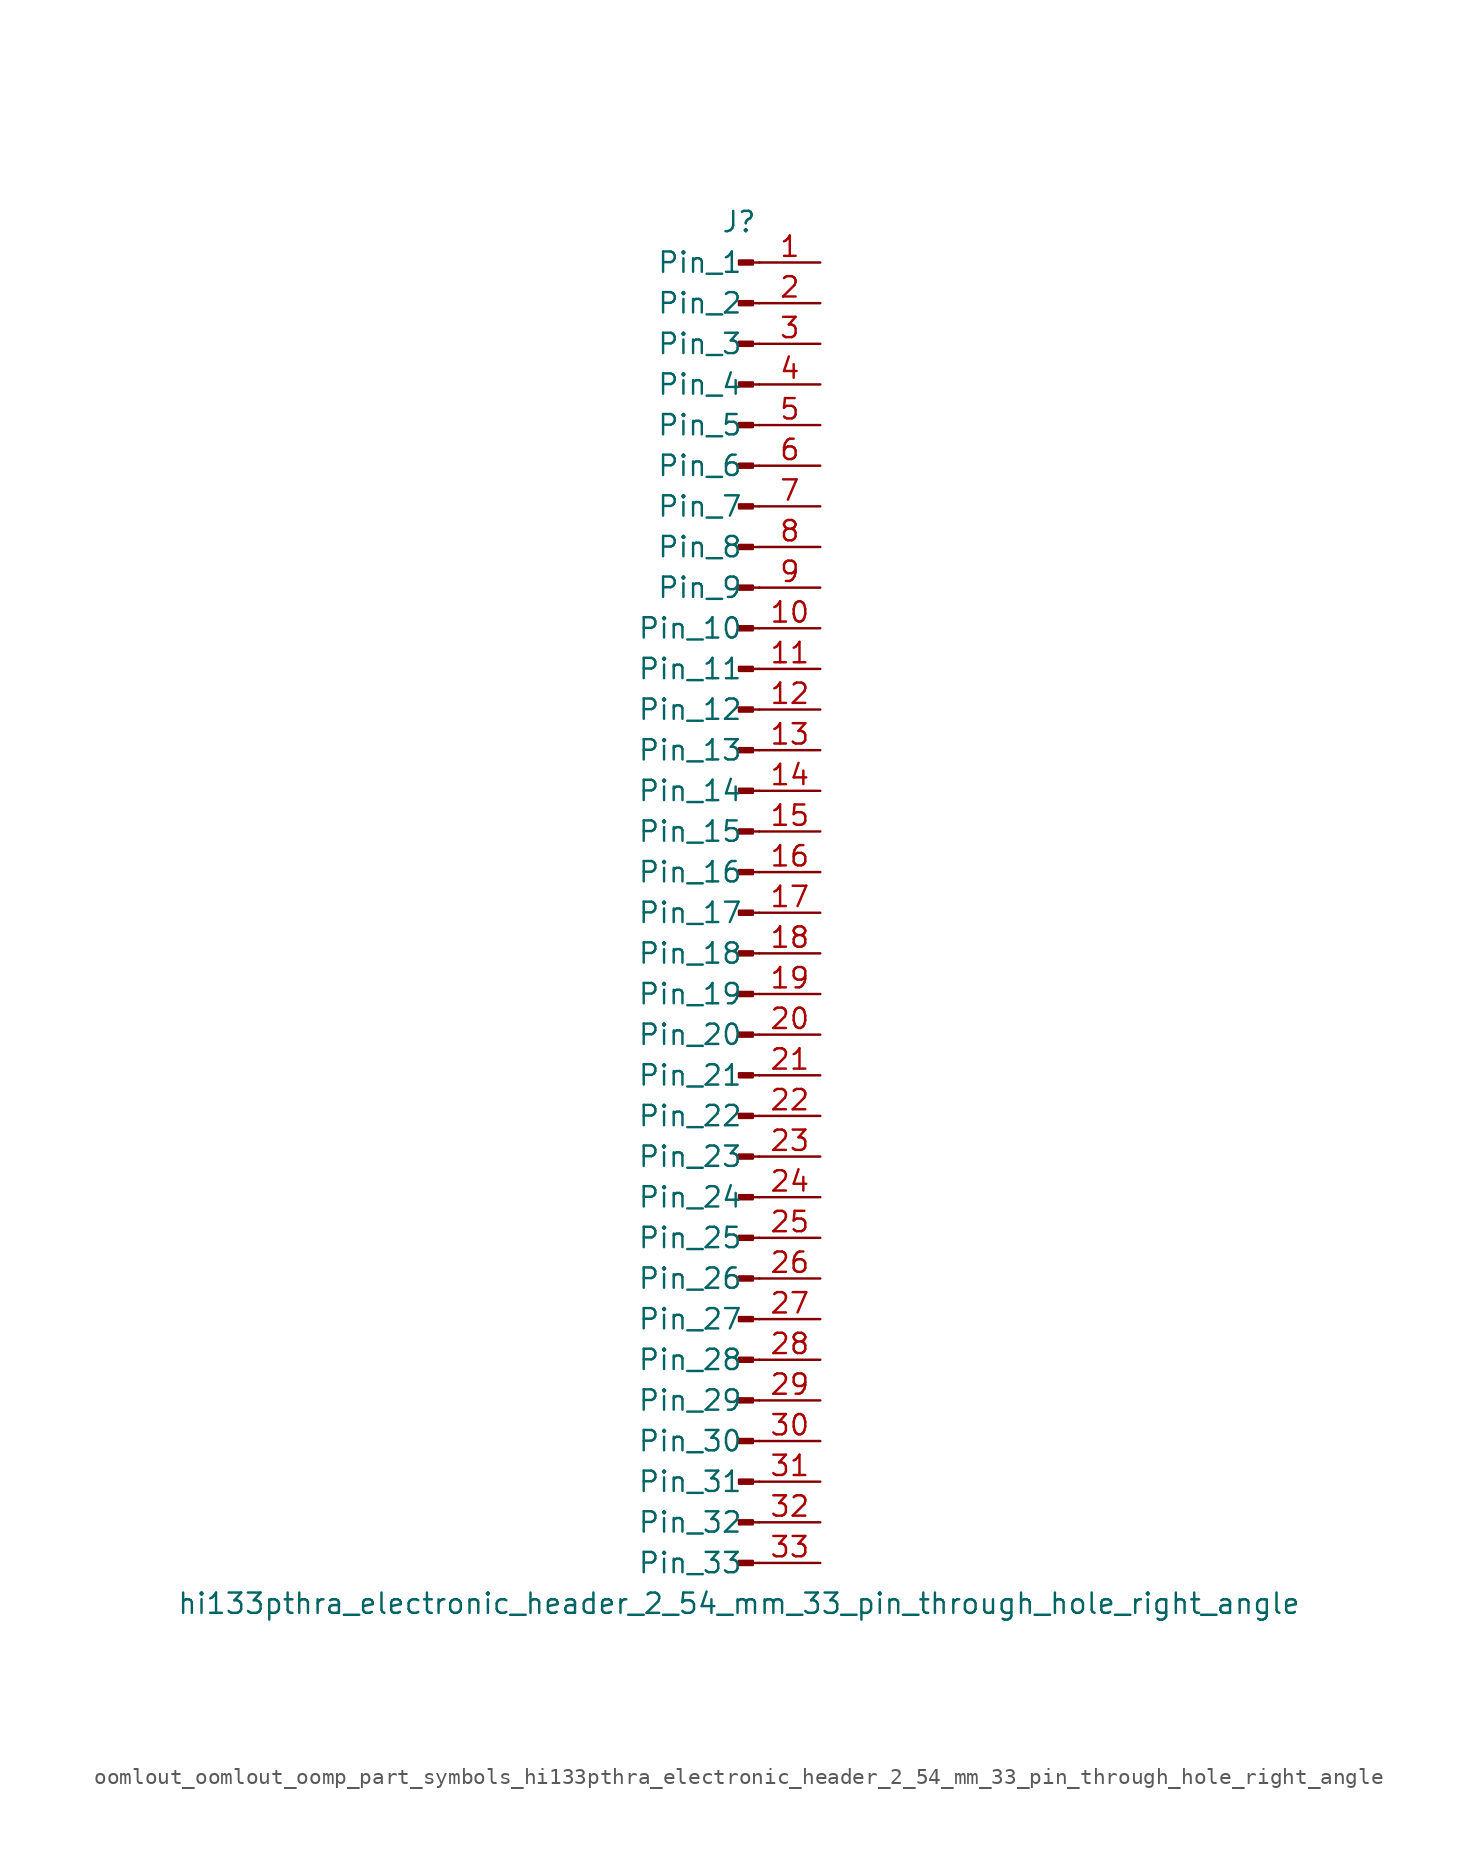
<source format=kicad_sym>
(kicad_symbol_lib
  (version 20220914)
  (generator kicad_symbol_editor)
  (symbol "oomlout_oomlout_oomp_part_symbols_hi133pthra_electronic_header_2_54_mm_33_pin_through_hole_right_angle"
    (pin_names
      (offset 1.016))
    (property "Reference" "J"
      (at 0 43.18 0)
      (effects (font (size 1.27 1.27))))
    (property "Value" "hi133pthra_electronic_header_2_54_mm_33_pin_through_hole_right_angle"
      (at 0 -43.18 0)
      (effects (font (size 1.27 1.27))))
    (property "ki_locked" ""
      (at 0 0 0)
      (effects (font (size 1.27 1.27))))
    (symbol "oomlout_oomlout_oomp_part_symbols_hi133pthra_electronic_header_2_54_mm_33_pin_through_hole_right_angle_1_1"
      (polyline (pts (xy 1.27 -40.64) (xy 0.864 -40.64)) (stroke (width 0.152) (type default)) (fill (type none)))
      (polyline (pts (xy 1.27 -38.1) (xy 0.864 -38.1)) (stroke (width 0.152) (type default)) (fill (type none)))
      (polyline (pts (xy 1.27 -35.56) (xy 0.864 -35.56)) (stroke (width 0.152) (type default)) (fill (type none)))
      (polyline (pts (xy 1.27 -33.02) (xy 0.864 -33.02)) (stroke (width 0.152) (type default)) (fill (type none)))
      (polyline (pts (xy 1.27 -30.48) (xy 0.864 -30.48)) (stroke (width 0.152) (type default)) (fill (type none)))
      (polyline (pts (xy 1.27 -27.94) (xy 0.864 -27.94)) (stroke (width 0.152) (type default)) (fill (type none)))
      (polyline (pts (xy 1.27 -25.4) (xy 0.864 -25.4)) (stroke (width 0.152) (type default)) (fill (type none)))
      (polyline (pts (xy 1.27 -22.86) (xy 0.864 -22.86)) (stroke (width 0.152) (type default)) (fill (type none)))
      (polyline (pts (xy 1.27 -20.32) (xy 0.864 -20.32)) (stroke (width 0.152) (type default)) (fill (type none)))
      (polyline (pts (xy 1.27 -17.78) (xy 0.864 -17.78)) (stroke (width 0.152) (type default)) (fill (type none)))
      (polyline (pts (xy 1.27 -15.24) (xy 0.864 -15.24)) (stroke (width 0.152) (type default)) (fill (type none)))
      (polyline (pts (xy 1.27 -12.7) (xy 0.864 -12.7)) (stroke (width 0.152) (type default)) (fill (type none)))
      (polyline (pts (xy 1.27 -10.16) (xy 0.864 -10.16)) (stroke (width 0.152) (type default)) (fill (type none)))
      (polyline (pts (xy 1.27 -7.62) (xy 0.864 -7.62)) (stroke (width 0.152) (type default)) (fill (type none)))
      (polyline (pts (xy 1.27 -5.08) (xy 0.864 -5.08)) (stroke (width 0.152) (type default)) (fill (type none)))
      (polyline (pts (xy 1.27 -2.54) (xy 0.864 -2.54)) (stroke (width 0.152) (type default)) (fill (type none)))
      (polyline (pts (xy 1.27 0) (xy 0.864 0)) (stroke (width 0.152) (type default)) (fill (type none)))
      (polyline (pts (xy 1.27 2.54) (xy 0.864 2.54)) (stroke (width 0.152) (type default)) (fill (type none)))
      (polyline (pts (xy 1.27 5.08) (xy 0.864 5.08)) (stroke (width 0.152) (type default)) (fill (type none)))
      (polyline (pts (xy 1.27 7.62) (xy 0.864 7.62)) (stroke (width 0.152) (type default)) (fill (type none)))
      (polyline (pts (xy 1.27 10.16) (xy 0.864 10.16)) (stroke (width 0.152) (type default)) (fill (type none)))
      (polyline (pts (xy 1.27 12.7) (xy 0.864 12.7)) (stroke (width 0.152) (type default)) (fill (type none)))
      (polyline (pts (xy 1.27 15.24) (xy 0.864 15.24)) (stroke (width 0.152) (type default)) (fill (type none)))
      (polyline (pts (xy 1.27 17.78) (xy 0.864 17.78)) (stroke (width 0.152) (type default)) (fill (type none)))
      (polyline (pts (xy 1.27 20.32) (xy 0.864 20.32)) (stroke (width 0.152) (type default)) (fill (type none)))
      (polyline (pts (xy 1.27 22.86) (xy 0.864 22.86)) (stroke (width 0.152) (type default)) (fill (type none)))
      (polyline (pts (xy 1.27 25.4) (xy 0.864 25.4)) (stroke (width 0.152) (type default)) (fill (type none)))
      (polyline (pts (xy 1.27 27.94) (xy 0.864 27.94)) (stroke (width 0.152) (type default)) (fill (type none)))
      (polyline (pts (xy 1.27 30.48) (xy 0.864 30.48)) (stroke (width 0.152) (type default)) (fill (type none)))
      (polyline (pts (xy 1.27 33.02) (xy 0.864 33.02)) (stroke (width 0.152) (type default)) (fill (type none)))
      (polyline (pts (xy 1.27 35.56) (xy 0.864 35.56)) (stroke (width 0.152) (type default)) (fill (type none)))
      (polyline (pts (xy 1.27 38.1) (xy 0.864 38.1)) (stroke (width 0.152) (type default)) (fill (type none)))
      (polyline (pts (xy 1.27 40.64) (xy 0.864 40.64)) (stroke (width 0.152) (type default)) (fill (type none)))
      (rectangle (start 0.864 -40.513) (end 0 -40.767) (stroke (width 0.152) (type default)) (fill (type outline)))
      (rectangle (start 0.864 -37.973) (end 0 -38.227) (stroke (width 0.152) (type default)) (fill (type outline)))
      (rectangle (start 0.864 -35.433) (end 0 -35.687) (stroke (width 0.152) (type default)) (fill (type outline)))
      (rectangle (start 0.864 -32.893) (end 0 -33.147) (stroke (width 0.152) (type default)) (fill (type outline)))
      (rectangle (start 0.864 -30.353) (end 0 -30.607) (stroke (width 0.152) (type default)) (fill (type outline)))
      (rectangle (start 0.864 -27.813) (end 0 -28.067) (stroke (width 0.152) (type default)) (fill (type outline)))
      (rectangle (start 0.864 -25.273) (end 0 -25.527) (stroke (width 0.152) (type default)) (fill (type outline)))
      (rectangle (start 0.864 -22.733) (end 0 -22.987) (stroke (width 0.152) (type default)) (fill (type outline)))
      (rectangle (start 0.864 -20.193) (end 0 -20.447) (stroke (width 0.152) (type default)) (fill (type outline)))
      (rectangle (start 0.864 -17.653) (end 0 -17.907) (stroke (width 0.152) (type default)) (fill (type outline)))
      (rectangle (start 0.864 -15.113) (end 0 -15.367) (stroke (width 0.152) (type default)) (fill (type outline)))
      (rectangle (start 0.864 -12.573) (end 0 -12.827) (stroke (width 0.152) (type default)) (fill (type outline)))
      (rectangle (start 0.864 -10.033) (end 0 -10.287) (stroke (width 0.152) (type default)) (fill (type outline)))
      (rectangle (start 0.864 -7.493) (end 0 -7.747) (stroke (width 0.152) (type default)) (fill (type outline)))
      (rectangle (start 0.864 -4.953) (end 0 -5.207) (stroke (width 0.152) (type default)) (fill (type outline)))
      (rectangle (start 0.864 -2.413) (end 0 -2.667) (stroke (width 0.152) (type default)) (fill (type outline)))
      (rectangle (start 0.864 0.127) (end 0 -0.127) (stroke (width 0.152) (type default)) (fill (type outline)))
      (rectangle (start 0.864 2.667) (end 0 2.413) (stroke (width 0.152) (type default)) (fill (type outline)))
      (rectangle (start 0.864 5.207) (end 0 4.953) (stroke (width 0.152) (type default)) (fill (type outline)))
      (rectangle (start 0.864 7.747) (end 0 7.493) (stroke (width 0.152) (type default)) (fill (type outline)))
      (rectangle (start 0.864 10.287) (end 0 10.033) (stroke (width 0.152) (type default)) (fill (type outline)))
      (rectangle (start 0.864 12.827) (end 0 12.573) (stroke (width 0.152) (type default)) (fill (type outline)))
      (rectangle (start 0.864 15.367) (end 0 15.113) (stroke (width 0.152) (type default)) (fill (type outline)))
      (rectangle (start 0.864 17.907) (end 0 17.653) (stroke (width 0.152) (type default)) (fill (type outline)))
      (rectangle (start 0.864 20.447) (end 0 20.193) (stroke (width 0.152) (type default)) (fill (type outline)))
      (rectangle (start 0.864 22.987) (end 0 22.733) (stroke (width 0.152) (type default)) (fill (type outline)))
      (rectangle (start 0.864 25.527) (end 0 25.273) (stroke (width 0.152) (type default)) (fill (type outline)))
      (rectangle (start 0.864 28.067) (end 0 27.813) (stroke (width 0.152) (type default)) (fill (type outline)))
      (rectangle (start 0.864 30.607) (end 0 30.353) (stroke (width 0.152) (type default)) (fill (type outline)))
      (rectangle (start 0.864 33.147) (end 0 32.893) (stroke (width 0.152) (type default)) (fill (type outline)))
      (rectangle (start 0.864 35.687) (end 0 35.433) (stroke (width 0.152) (type default)) (fill (type outline)))
      (rectangle (start 0.864 38.227) (end 0 37.973) (stroke (width 0.152) (type default)) (fill (type outline)))
      (rectangle (start 0.864 40.767) (end 0 40.513) (stroke (width 0.152) (type default)) (fill (type outline)))
      (pin passive line (at 5.08 40.64 180) (length 3.81) (name "Pin_1" (effects (font (size 1.27 1.27)))) (number "1" (effects (font (size 1.27 1.27)))))
      (pin passive line (at 5.08 17.78 180) (length 3.81) (name "Pin_10" (effects (font (size 1.27 1.27)))) (number "10" (effects (font (size 1.27 1.27)))))
      (pin passive line (at 5.08 15.24 180) (length 3.81) (name "Pin_11" (effects (font (size 1.27 1.27)))) (number "11" (effects (font (size 1.27 1.27)))))
      (pin passive line (at 5.08 12.7 180) (length 3.81) (name "Pin_12" (effects (font (size 1.27 1.27)))) (number "12" (effects (font (size 1.27 1.27)))))
      (pin passive line (at 5.08 10.16 180) (length 3.81) (name "Pin_13" (effects (font (size 1.27 1.27)))) (number "13" (effects (font (size 1.27 1.27)))))
      (pin passive line (at 5.08 7.62 180) (length 3.81) (name "Pin_14" (effects (font (size 1.27 1.27)))) (number "14" (effects (font (size 1.27 1.27)))))
      (pin passive line (at 5.08 5.08 180) (length 3.81) (name "Pin_15" (effects (font (size 1.27 1.27)))) (number "15" (effects (font (size 1.27 1.27)))))
      (pin passive line (at 5.08 2.54 180) (length 3.81) (name "Pin_16" (effects (font (size 1.27 1.27)))) (number "16" (effects (font (size 1.27 1.27)))))
      (pin passive line (at 5.08 0 180) (length 3.81) (name "Pin_17" (effects (font (size 1.27 1.27)))) (number "17" (effects (font (size 1.27 1.27)))))
      (pin passive line (at 5.08 -2.54 180) (length 3.81) (name "Pin_18" (effects (font (size 1.27 1.27)))) (number "18" (effects (font (size 1.27 1.27)))))
      (pin passive line (at 5.08 -5.08 180) (length 3.81) (name "Pin_19" (effects (font (size 1.27 1.27)))) (number "19" (effects (font (size 1.27 1.27)))))
      (pin passive line (at 5.08 38.1 180) (length 3.81) (name "Pin_2" (effects (font (size 1.27 1.27)))) (number "2" (effects (font (size 1.27 1.27)))))
      (pin passive line (at 5.08 -7.62 180) (length 3.81) (name "Pin_20" (effects (font (size 1.27 1.27)))) (number "20" (effects (font (size 1.27 1.27)))))
      (pin passive line (at 5.08 -10.16 180) (length 3.81) (name "Pin_21" (effects (font (size 1.27 1.27)))) (number "21" (effects (font (size 1.27 1.27)))))
      (pin passive line (at 5.08 -12.7 180) (length 3.81) (name "Pin_22" (effects (font (size 1.27 1.27)))) (number "22" (effects (font (size 1.27 1.27)))))
      (pin passive line (at 5.08 -15.24 180) (length 3.81) (name "Pin_23" (effects (font (size 1.27 1.27)))) (number "23" (effects (font (size 1.27 1.27)))))
      (pin passive line (at 5.08 -17.78 180) (length 3.81) (name "Pin_24" (effects (font (size 1.27 1.27)))) (number "24" (effects (font (size 1.27 1.27)))))
      (pin passive line (at 5.08 -20.32 180) (length 3.81) (name "Pin_25" (effects (font (size 1.27 1.27)))) (number "25" (effects (font (size 1.27 1.27)))))
      (pin passive line (at 5.08 -22.86 180) (length 3.81) (name "Pin_26" (effects (font (size 1.27 1.27)))) (number "26" (effects (font (size 1.27 1.27)))))
      (pin passive line (at 5.08 -25.4 180) (length 3.81) (name "Pin_27" (effects (font (size 1.27 1.27)))) (number "27" (effects (font (size 1.27 1.27)))))
      (pin passive line (at 5.08 -27.94 180) (length 3.81) (name "Pin_28" (effects (font (size 1.27 1.27)))) (number "28" (effects (font (size 1.27 1.27)))))
      (pin passive line (at 5.08 -30.48 180) (length 3.81) (name "Pin_29" (effects (font (size 1.27 1.27)))) (number "29" (effects (font (size 1.27 1.27)))))
      (pin passive line (at 5.08 35.56 180) (length 3.81) (name "Pin_3" (effects (font (size 1.27 1.27)))) (number "3" (effects (font (size 1.27 1.27)))))
      (pin passive line (at 5.08 -33.02 180) (length 3.81) (name "Pin_30" (effects (font (size 1.27 1.27)))) (number "30" (effects (font (size 1.27 1.27)))))
      (pin passive line (at 5.08 -35.56 180) (length 3.81) (name "Pin_31" (effects (font (size 1.27 1.27)))) (number "31" (effects (font (size 1.27 1.27)))))
      (pin passive line (at 5.08 -38.1 180) (length 3.81) (name "Pin_32" (effects (font (size 1.27 1.27)))) (number "32" (effects (font (size 1.27 1.27)))))
      (pin passive line (at 5.08 -40.64 180) (length 3.81) (name "Pin_33" (effects (font (size 1.27 1.27)))) (number "33" (effects (font (size 1.27 1.27)))))
      (pin passive line (at 5.08 33.02 180) (length 3.81) (name "Pin_4" (effects (font (size 1.27 1.27)))) (number "4" (effects (font (size 1.27 1.27)))))
      (pin passive line (at 5.08 30.48 180) (length 3.81) (name "Pin_5" (effects (font (size 1.27 1.27)))) (number "5" (effects (font (size 1.27 1.27)))))
      (pin passive line (at 5.08 27.94 180) (length 3.81) (name "Pin_6" (effects (font (size 1.27 1.27)))) (number "6" (effects (font (size 1.27 1.27)))))
      (pin passive line (at 5.08 25.4 180) (length 3.81) (name "Pin_7" (effects (font (size 1.27 1.27)))) (number "7" (effects (font (size 1.27 1.27)))))
      (pin passive line (at 5.08 22.86 180) (length 3.81) (name "Pin_8" (effects (font (size 1.27 1.27)))) (number "8" (effects (font (size 1.27 1.27)))))
      (pin passive line (at 5.08 20.32 180) (length 3.81) (name "Pin_9" (effects (font (size 1.27 1.27)))) (number "9" (effects (font (size 1.27 1.27))))))))
</source>
